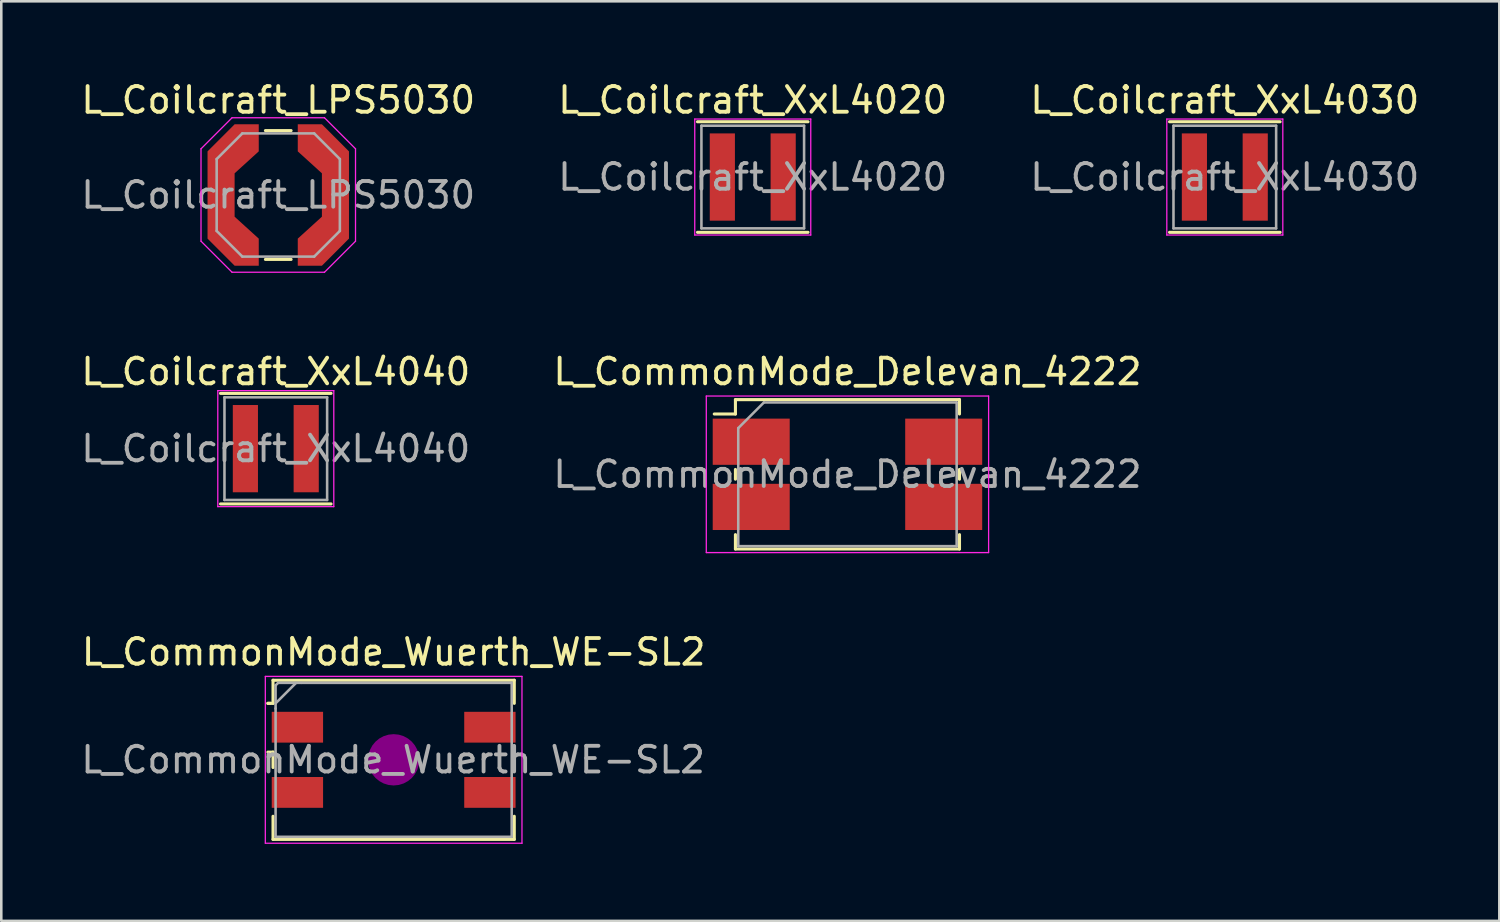
<source format=kicad_pcb>
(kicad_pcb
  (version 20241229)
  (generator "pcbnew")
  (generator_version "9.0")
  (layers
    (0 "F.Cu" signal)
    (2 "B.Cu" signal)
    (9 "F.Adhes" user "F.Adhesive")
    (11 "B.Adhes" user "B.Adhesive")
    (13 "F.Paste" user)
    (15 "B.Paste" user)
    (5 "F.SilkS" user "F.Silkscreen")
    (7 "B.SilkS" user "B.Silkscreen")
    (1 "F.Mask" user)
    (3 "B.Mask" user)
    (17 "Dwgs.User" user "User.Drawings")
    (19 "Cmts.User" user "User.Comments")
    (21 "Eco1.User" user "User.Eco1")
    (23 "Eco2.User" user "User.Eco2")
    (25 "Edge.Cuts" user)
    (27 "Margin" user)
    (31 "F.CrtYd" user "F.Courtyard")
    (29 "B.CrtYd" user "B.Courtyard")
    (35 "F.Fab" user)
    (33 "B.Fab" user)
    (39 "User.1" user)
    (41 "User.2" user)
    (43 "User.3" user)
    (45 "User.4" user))
  (footprint "L_Coilcraft_XxL4030"
    (layer "F.Cu")
    (at 44.673 3.848)
    (property "Reference" "L_Coilcraft_XxL4030" (at 0 -3 0) (layer "F.SilkS") (effects (font (size 1 1) (thickness 0.15))))
    (attr smd)
    (fp_line (start -2.154 -2.154) (end 2.154 -2.154) (stroke (width 0.12) (type solid)) (layer "F.SilkS"))
    (fp_line (start 2.154 2.154) (end -2.154 2.154) (stroke (width 0.12) (type solid)) (layer "F.SilkS"))
    (fp_line (start -2.26 -2.26) (end 2.26 -2.26) (stroke (width 0.05) (type solid)) (layer "F.CrtYd"))
    (fp_line (start -2.26 2.26) (end -2.26 -2.26) (stroke (width 0.05) (type solid)) (layer "F.CrtYd"))
    (fp_line (start 2.26 -2.26) (end 2.26 2.26) (stroke (width 0.05) (type solid)) (layer "F.CrtYd"))
    (fp_line (start 2.26 2.26) (end -2.26 2.26) (stroke (width 0.05) (type solid)) (layer "F.CrtYd"))
    (fp_line (start -2 -2) (end 2 -2) (stroke (width 0.1) (type solid)) (layer "F.Fab"))
    (fp_line (start -2 2) (end -2 -2) (stroke (width 0.1) (type solid)) (layer "F.Fab"))
    (fp_line (start 2 -2) (end 2 2) (stroke (width 0.1) (type solid)) (layer "F.Fab"))
    (fp_line (start 2 2) (end -2 2) (stroke (width 0.1) (type solid)) (layer "F.Fab"))
    (fp_text user "${REFERENCE}" (at 0 0 0) (layer "F.Fab") (effects (font (size 1 1) (thickness 0.15))))
    (pad "1" smd rect (at -1.185 0) (size 0.98 3.4) (layers "F.Cu" "F.Mask" "F.Paste"))
    (pad "2" smd rect (at 1.185 0) (size 0.98 3.4) (layers "F.Cu" "F.Mask" "F.Paste")))
  (footprint "L_Coilcraft_XxL4020"
    (layer "F.Cu")
    (at 26.28 3.848)
    (property "Reference" "L_Coilcraft_XxL4020" (at 0 -3 0) (layer "F.SilkS") (effects (font (size 1 1) (thickness 0.15))))
    (attr smd)
    (fp_line (start -2.154 -2.154) (end 2.154 -2.154) (stroke (width 0.12) (type solid)) (layer "F.SilkS"))
    (fp_line (start 2.154 2.154) (end -2.154 2.154) (stroke (width 0.12) (type solid)) (layer "F.SilkS"))
    (fp_line (start -2.26 -2.26) (end 2.26 -2.26) (stroke (width 0.05) (type solid)) (layer "F.CrtYd"))
    (fp_line (start -2.26 2.26) (end -2.26 -2.26) (stroke (width 0.05) (type solid)) (layer "F.CrtYd"))
    (fp_line (start 2.26 -2.26) (end 2.26 2.26) (stroke (width 0.05) (type solid)) (layer "F.CrtYd"))
    (fp_line (start 2.26 2.26) (end -2.26 2.26) (stroke (width 0.05) (type solid)) (layer "F.CrtYd"))
    (fp_line (start -2 -2) (end 2 -2) (stroke (width 0.1) (type solid)) (layer "F.Fab"))
    (fp_line (start -2 2) (end -2 -2) (stroke (width 0.1) (type solid)) (layer "F.Fab"))
    (fp_line (start 2 -2) (end 2 2) (stroke (width 0.1) (type solid)) (layer "F.Fab"))
    (fp_line (start 2 2) (end -2 2) (stroke (width 0.1) (type solid)) (layer "F.Fab"))
    (fp_text user "${REFERENCE}" (at 0 0 0) (layer "F.Fab") (effects (font (size 1 1) (thickness 0.15))))
    (pad "1" smd rect (at -1.185 0) (size 0.98 3.4) (layers "F.Cu" "F.Mask" "F.Paste"))
    (pad "2" smd rect (at 1.185 0) (size 0.98 3.4) (layers "F.Cu" "F.Mask" "F.Paste")))
  (footprint "L_CommonMode_Delevan_4222"
    (layer "F.Cu")
    (at 29.97 15.431)
    (property "Reference" "L_CommonMode_Delevan_4222" (at 0 -4 0) (layer "F.SilkS") (effects (font (size 1 1) (thickness 0.15))))
    (attr smd)
    (fp_line (start -5.19 -2.35) (end -4.365 -2.35) (stroke (width 0.12) (type solid)) (layer "F.SilkS"))
    (fp_line (start -4.365 -2.91) (end -4.365 -2.35) (stroke (width 0.12) (type solid)) (layer "F.SilkS"))
    (fp_line (start -4.365 -2.91) (end 4.365 -2.91) (stroke (width 0.12) (type solid)) (layer "F.SilkS"))
    (fp_line (start -4.365 -0.19) (end -4.365 0.19) (stroke (width 0.12) (type solid)) (layer "F.SilkS"))
    (fp_line (start -4.365 2.91) (end -4.365 2.35) (stroke (width 0.12) (type solid)) (layer "F.SilkS"))
    (fp_line (start 4.365 -2.91) (end 4.365 -2.35) (stroke (width 0.12) (type solid)) (layer "F.SilkS"))
    (fp_line (start 4.365 -0.19) (end 4.365 0.19) (stroke (width 0.12) (type solid)) (layer "F.SilkS"))
    (fp_line (start 4.365 2.91) (end -4.365 2.91) (stroke (width 0.12) (type solid)) (layer "F.SilkS"))
    (fp_line (start 4.365 2.91) (end 4.365 2.35) (stroke (width 0.12) (type solid)) (layer "F.SilkS"))
    (fp_line (start -5.5 -3.05) (end 5.5 -3.05) (stroke (width 0.05) (type solid)) (layer "F.CrtYd"))
    (fp_line (start -5.5 3.05) (end -5.5 -3.05) (stroke (width 0.05) (type solid)) (layer "F.CrtYd"))
    (fp_line (start 5.5 -3.05) (end 5.5 3.05) (stroke (width 0.05) (type solid)) (layer "F.CrtYd"))
    (fp_line (start 5.5 3.05) (end -5.5 3.05) (stroke (width 0.05) (type solid)) (layer "F.CrtYd"))
    (fp_line (start -4.255 -1.8) (end -4.255 2.8) (stroke (width 0.1) (type solid)) (layer "F.Fab"))
    (fp_line (start -4.255 -1.8) (end -3.255 -2.8) (stroke (width 0.1) (type solid)) (layer "F.Fab"))
    (fp_line (start -3.255 -2.8) (end 4.255 -2.8) (stroke (width 0.1) (type solid)) (layer "F.Fab"))
    (fp_line (start 4.255 -2.8) (end 4.255 2.8) (stroke (width 0.1) (type solid)) (layer "F.Fab"))
    (fp_line (start 4.255 2.8) (end -4.255 2.8) (stroke (width 0.1) (type solid)) (layer "F.Fab"))
    (fp_text user "${REFERENCE}" (at 0 0 0) (layer "F.Fab") (effects (font (size 1 1) (thickness 0.15))))
    (pad "1" smd rect (at -3.75 -1.27) (size 3 1.8) (layers "F.Cu" "F.Mask" "F.Paste"))
    (pad "2" smd rect (at -3.75 1.27) (size 3 1.8) (layers "F.Cu" "F.Mask" "F.Paste"))
    (pad "3" smd rect (at 3.75 1.27) (size 3 1.8) (layers "F.Cu" "F.Mask" "F.Paste"))
    (pad "4" smd rect (at 3.75 -1.27) (size 3 1.8) (layers "F.Cu" "F.Mask" "F.Paste")))
  (footprint "L_Coilcraft_XxL4040"
    (layer "F.Cu")
    (at 7.696 14.431)
    (property "Reference" "L_Coilcraft_XxL4040" (at 0 -3 0) (layer "F.SilkS") (effects (font (size 1 1) (thickness 0.15))))
    (attr smd)
    (fp_line (start -2.154 -2.154) (end 2.154 -2.154) (stroke (width 0.12) (type solid)) (layer "F.SilkS"))
    (fp_line (start 2.154 2.154) (end -2.154 2.154) (stroke (width 0.12) (type solid)) (layer "F.SilkS"))
    (fp_line (start -2.26 -2.26) (end 2.26 -2.26) (stroke (width 0.05) (type solid)) (layer "F.CrtYd"))
    (fp_line (start -2.26 2.26) (end -2.26 -2.26) (stroke (width 0.05) (type solid)) (layer "F.CrtYd"))
    (fp_line (start 2.26 -2.26) (end 2.26 2.26) (stroke (width 0.05) (type solid)) (layer "F.CrtYd"))
    (fp_line (start 2.26 2.26) (end -2.26 2.26) (stroke (width 0.05) (type solid)) (layer "F.CrtYd"))
    (fp_line (start -2 -2) (end 2 -2) (stroke (width 0.1) (type solid)) (layer "F.Fab"))
    (fp_line (start -2 2) (end -2 -2) (stroke (width 0.1) (type solid)) (layer "F.Fab"))
    (fp_line (start 2 -2) (end 2 2) (stroke (width 0.1) (type solid)) (layer "F.Fab"))
    (fp_line (start 2 2) (end -2 2) (stroke (width 0.1) (type solid)) (layer "F.Fab"))
    (fp_text user "${REFERENCE}" (at 0 0 0) (layer "F.Fab") (effects (font (size 1 1) (thickness 0.15))))
    (pad "1" smd rect (at -1.185 0) (size 0.98 3.4) (layers "F.Cu" "F.Mask" "F.Paste"))
    (pad "2" smd rect (at 1.185 0) (size 0.98 3.4) (layers "F.Cu" "F.Mask" "F.Paste")))
  (footprint "L_Coilcraft_LPS5030"
    (layer "F.Cu")
    (at 7.792 4.548)
    (property "Reference" "L_Coilcraft_LPS5030" (at 0 -3.7 0) (layer "F.SilkS") (effects (font (size 1 1) (thickness 0.15))))
    (attr smd)
    (fp_line (start -0.5 -2.51) (end 0.5 -2.51) (stroke (width 0.12) (type solid)) (layer "F.SilkS"))
    (fp_line (start -0.5 2.51) (end 0.5 2.51) (stroke (width 0.12) (type solid)) (layer "F.SilkS"))
    (fp_line (start -3.01 -1.8) (end -1.8 -3.01) (stroke (width 0.05) (type solid)) (layer "F.CrtYd"))
    (fp_line (start -3.01 1.8) (end -3.01 -1.8) (stroke (width 0.05) (type solid)) (layer "F.CrtYd"))
    (fp_line (start -1.8 -3.01) (end 1.8 -3.01) (stroke (width 0.05) (type solid)) (layer "F.CrtYd"))
    (fp_line (start -1.8 3.01) (end -3.01 1.8) (stroke (width 0.05) (type solid)) (layer "F.CrtYd"))
    (fp_line (start 1.8 -3.01) (end 3.01 -1.8) (stroke (width 0.05) (type solid)) (layer "F.CrtYd"))
    (fp_line (start 1.8 3.01) (end -1.8 3.01) (stroke (width 0.05) (type solid)) (layer "F.CrtYd"))
    (fp_line (start 3.01 -1.8) (end 3.01 1.8) (stroke (width 0.05) (type solid)) (layer "F.CrtYd"))
    (fp_line (start 3.01 1.8) (end 1.8 3.01) (stroke (width 0.05) (type solid)) (layer "F.CrtYd"))
    (fp_line (start -2.4 -1.4) (end -1.4 -2.4) (stroke (width 0.1) (type solid)) (layer "F.Fab"))
    (fp_line (start -2.4 1.4) (end -2.4 -1.4) (stroke (width 0.1) (type solid)) (layer "F.Fab"))
    (fp_line (start -2.4 1.4) (end -1.4 2.4) (stroke (width 0.1) (type solid)) (layer "F.Fab"))
    (fp_line (start -1.4 -2.4) (end 1.4 -2.4) (stroke (width 0.1) (type solid)) (layer "F.Fab"))
    (fp_line (start 1.4 -2.4) (end 2.4 -1.4) (stroke (width 0.1) (type solid)) (layer "F.Fab"))
    (fp_line (start 1.4 2.4) (end -1.4 2.4) (stroke (width 0.1) (type solid)) (layer "F.Fab"))
    (fp_line (start 2.4 -1.4) (end 2.4 1.4) (stroke (width 0.1) (type solid)) (layer "F.Fab"))
    (fp_line (start 2.4 1.4) (end 1.4 2.4) (stroke (width 0.1) (type solid)) (layer "F.Fab"))
    (fp_text user "${REFERENCE}" (at 0 0 0) (layer "F.Fab") (effects (font (size 1 1) (thickness 0.15))))
    (pad "1" smd custom (at -2.228 0) (size 1.055 3.4) (layers "F.Cu" "F.Mask" "F.Paste") (options (anchor rect)) (primitives (gr_poly (pts (xy 1.468 -1.7) (xy 0.527 -0.845) (xy 0.527 0.845) (xy 1.468 1.7) (xy 1.468 2.755) (xy 0.527 2.755) (xy -0.527 1.7) (xy -0.527 -1.7) (xy 0.527 -2.755) (xy 1.468 -2.755)) (width 0) (fill yes))))
    (pad "2" smd custom (at 2.228 0) (size 1.055 3.4) (layers "F.Cu" "F.Mask" "F.Paste") (options (anchor rect)) (primitives (gr_poly (pts (xy 0.527 -1.7) (xy 0.527 1.7) (xy -0.527 2.755) (xy -1.468 2.755) (xy -1.468 1.7) (xy -0.527 0.845) (xy -0.527 -0.845) (xy -1.468 -1.7) (xy -1.468 -2.755) (xy -0.527 -2.755)) (width 0) (fill yes)))))
  (footprint "L_CommonMode_Wuerth_WE-SL2"
    (layer "F.Cu")
    (at 12.288 26.555)
    (property "Reference" "L_CommonMode_Wuerth_WE-SL2" (at 0 -4.2 0) (layer "F.SilkS") (effects (font (size 1 1) (thickness 0.15))))
    (attr smd)
    (fp_line (start -4.9 -2.2) (end -4.8 -2.2) (stroke (width 0.12) (type solid)) (layer "F.SilkS"))
    (fp_line (start -4.9 -0.3) (end -4.7 -0.3) (stroke (width 0.12) (type solid)) (layer "F.SilkS"))
    (fp_line (start -4.7 -3.1) (end -4.7 -2.2) (stroke (width 0.12) (type solid)) (layer "F.SilkS"))
    (fp_line (start -4.7 -3.1) (end 4.7 -3.1) (stroke (width 0.12) (type solid)) (layer "F.SilkS"))
    (fp_line (start -4.7 -2.2) (end -4.9 -2.2) (stroke (width 0.12) (type solid)) (layer "F.SilkS"))
    (fp_line (start -4.7 -0.3) (end -4.7 0.3) (stroke (width 0.12) (type solid)) (layer "F.SilkS"))
    (fp_line (start -4.7 3.1) (end -4.7 2.2) (stroke (width 0.12) (type solid)) (layer "F.SilkS"))
    (fp_line (start 4.7 -3.1) (end 4.7 -2.2) (stroke (width 0.12) (type solid)) (layer "F.SilkS"))
    (fp_line (start 4.7 -0.3) (end 4.7 0.3) (stroke (width 0.12) (type solid)) (layer "F.SilkS"))
    (fp_line (start 4.7 3.1) (end -4.7 3.1) (stroke (width 0.12) (type solid)) (layer "F.SilkS"))
    (fp_line (start 4.7 3.1) (end 4.7 2.2) (stroke (width 0.12) (type solid)) (layer "F.SilkS"))
    (fp_circle (center 0 0) (end 0.5 0) (stroke (width 1) (type solid)) (fill no) (layer "F.Adhes"))
    (fp_line (start -5 -3.25) (end 5 -3.25) (stroke (width 0.05) (type solid)) (layer "F.CrtYd"))
    (fp_line (start -5 3.25) (end -5 -3.25) (stroke (width 0.05) (type solid)) (layer "F.CrtYd"))
    (fp_line (start 5 -3.25) (end 5 3.25) (stroke (width 0.05) (type solid)) (layer "F.CrtYd"))
    (fp_line (start 5 3.25) (end -5 3.25) (stroke (width 0.05) (type solid)) (layer "F.CrtYd"))
    (fp_line (start -4.6 -2.9) (end -4.5 -3) (stroke (width 0.1) (type solid)) (layer "F.Fab"))
    (fp_line (start -4.6 -2.2) (end -3.8 -3) (stroke (width 0.1) (type solid)) (layer "F.Fab"))
    (fp_line (start -4.6 -2) (end -4.6 -2.9) (stroke (width 0.1) (type solid)) (layer "F.Fab"))
    (fp_line (start -4.6 -2) (end -4.6 3) (stroke (width 0.1) (type solid)) (layer "F.Fab"))
    (fp_line (start -4.5 -3) (end -3.6 -3) (stroke (width 0.1) (type solid)) (layer "F.Fab"))
    (fp_line (start -3.6 -3) (end 4.6 -3) (stroke (width 0.1) (type solid)) (layer "F.Fab"))
    (fp_line (start 4.6 -3) (end 4.6 3) (stroke (width 0.1) (type solid)) (layer "F.Fab"))
    (fp_line (start 4.6 3) (end -4.6 3) (stroke (width 0.1) (type solid)) (layer "F.Fab"))
    (fp_text user "${REFERENCE}" (at -0.02 0 0) (layer "F.Fab") (effects (font (size 1 1) (thickness 0.15))))
    (pad "1" smd rect (at -3.75 -1.27) (size 2 1.2) (layers "F.Cu" "F.Mask" "F.Paste"))
    (pad "2" smd rect (at -3.75 1.27) (size 2 1.2) (layers "F.Cu" "F.Mask" "F.Paste"))
    (pad "3" smd rect (at 3.75 1.27) (size 2 1.2) (layers "F.Cu" "F.Mask" "F.Paste"))
    (pad "4" smd rect (at 3.75 -1.27) (size 2 1.2) (layers "F.Cu" "F.Mask" "F.Paste")))
  (gr_rect
    (start -3 -3)
    (end 55.369 32.83)
    (stroke (width 0.1) (type default))
    (fill no)
    (layer "Edge.Cuts")))
</source>
